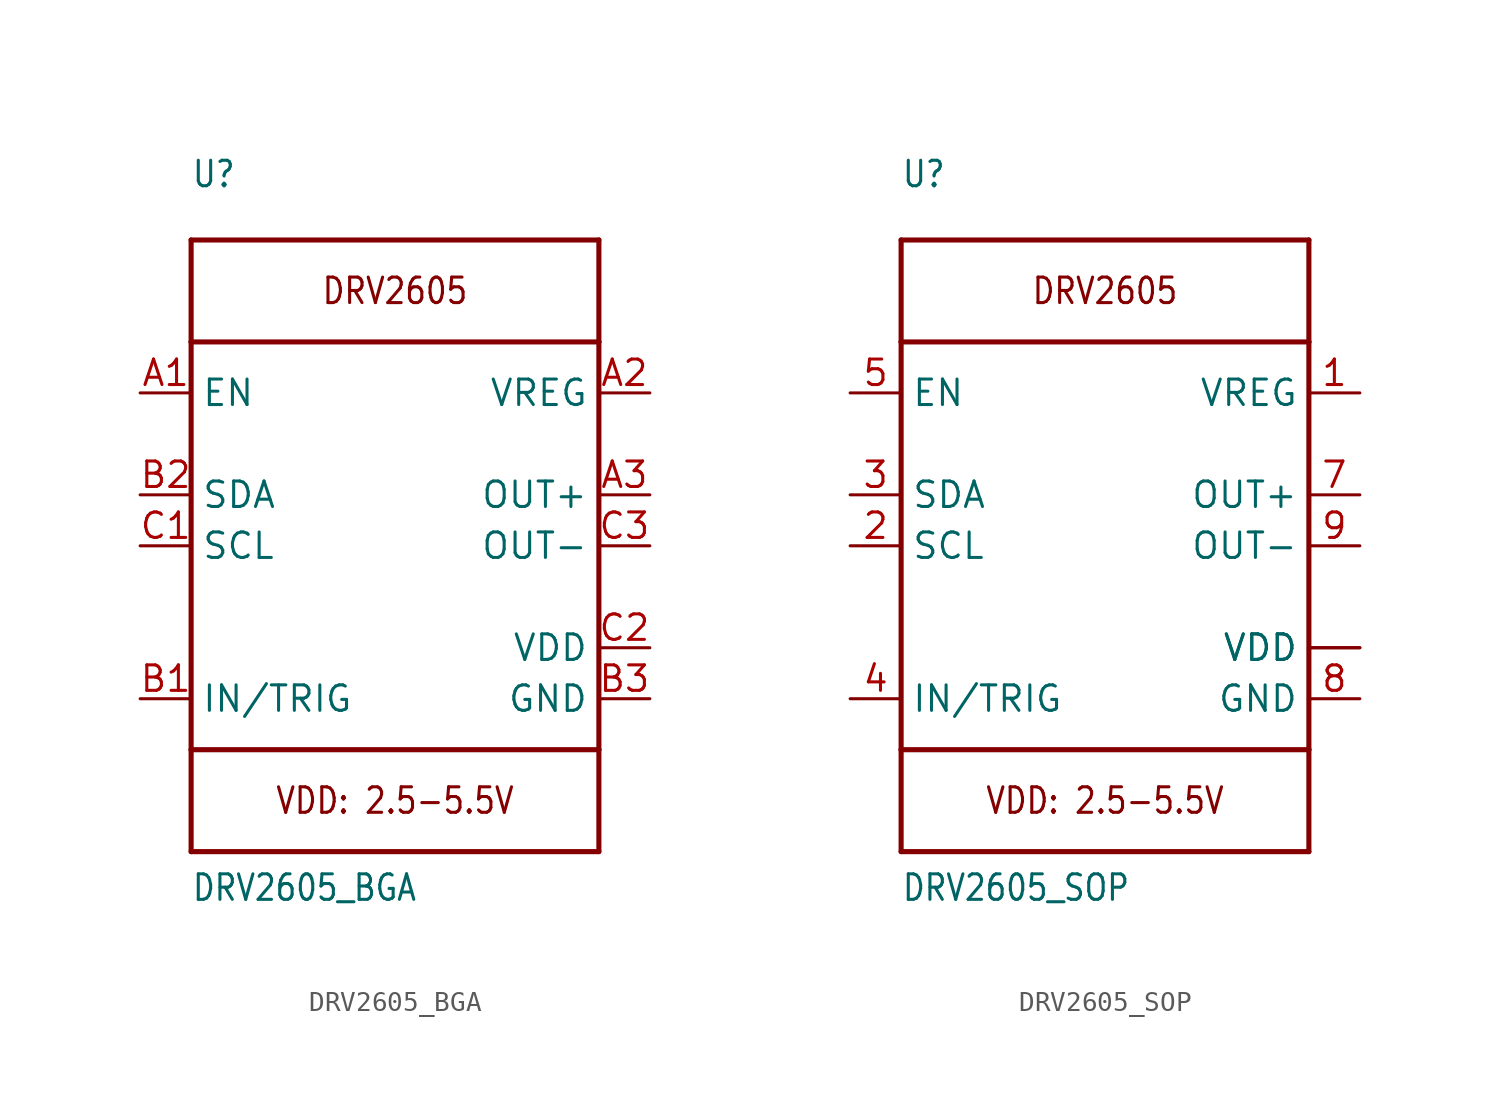
<source format=kicad_sym>
(kicad_symbol_lib
  (version 20211014)
  (generator kicad_symbol_editor)
  (symbol "DRV2605_BGA"
    (property "Reference" "U"
      (at -10.16 17.78 0)
      (effects (font (size 1.27 1.079)) (justify left bottom)))
    (property "Value" "DRV2605_BGA"
      (at -10.16 -17.78 0)
      (effects (font (size 1.27 1.079)) (justify left bottom)))
    (property "ki_locked" ""
      (at 0 0 0)
      (effects (font (size 1.27 1.27))))
    (symbol "DRV2605_BGA_1_0"
      (polyline (pts (xy -10.16 -15.24) (xy 10.16 -15.24)) (stroke (width 0.254) (type default) (color 0 0 0 0)) (fill (type none)))
      (polyline (pts (xy -10.16 -10.16) (xy -10.16 -15.24)) (stroke (width 0.254) (type default) (color 0 0 0 0)) (fill (type none)))
      (polyline (pts (xy -10.16 -10.16) (xy -10.16 10.16)) (stroke (width 0.254) (type default) (color 0 0 0 0)) (fill (type none)))
      (polyline (pts (xy -10.16 10.16) (xy -10.16 15.24)) (stroke (width 0.254) (type default) (color 0 0 0 0)) (fill (type none)))
      (polyline (pts (xy -10.16 10.16) (xy 10.16 10.16)) (stroke (width 0.254) (type default) (color 0 0 0 0)) (fill (type none)))
      (polyline (pts (xy -10.16 15.24) (xy 10.16 15.24)) (stroke (width 0.254) (type default) (color 0 0 0 0)) (fill (type none)))
      (polyline (pts (xy 10.16 -15.24) (xy 10.16 -10.16)) (stroke (width 0.254) (type default) (color 0 0 0 0)) (fill (type none)))
      (polyline (pts (xy 10.16 -10.16) (xy -10.16 -10.16)) (stroke (width 0.254) (type default) (color 0 0 0 0)) (fill (type none)))
      (polyline (pts (xy 10.16 10.16) (xy 10.16 -10.16)) (stroke (width 0.254) (type default) (color 0 0 0 0)) (fill (type none)))
      (polyline (pts (xy 10.16 15.24) (xy 10.16 10.16)) (stroke (width 0.254) (type default) (color 0 0 0 0)) (fill (type none)))
      (text "DRV2605" (at 0 12.7 0) (effects (font (size 1.27 1.079))))
      (text "VDD: 2.5-5.5V" (at 0 -12.7 0) (effects (font (size 1.27 1.079))))
      (pin input line (at -12.7 7.62 0) (length 2.54) (name "EN" (effects (font (size 1.27 1.27)))) (number "A1" (effects (font (size 1.27 1.27)))))
      (pin output line (at 12.7 7.62 180) (length 2.54) (name "VREG" (effects (font (size 1.27 1.27)))) (number "A2" (effects (font (size 1.27 1.27)))))
      (pin output line (at 12.7 2.54 180) (length 2.54) (name "OUT+" (effects (font (size 1.27 1.27)))) (number "A3" (effects (font (size 1.27 1.27)))))
      (pin input line (at -12.7 -7.62 0) (length 2.54) (name "IN/TRIG" (effects (font (size 1.27 1.27)))) (number "B1" (effects (font (size 1.27 1.27)))))
      (pin bidirectional line (at -12.7 2.54 0) (length 2.54) (name "SDA" (effects (font (size 1.27 1.27)))) (number "B2" (effects (font (size 1.27 1.27)))))
      (pin power_in line (at 12.7 -7.62 180) (length 2.54) (name "GND" (effects (font (size 1.27 1.27)))) (number "B3" (effects (font (size 1.27 1.27)))))
      (pin input line (at -12.7 0 0) (length 2.54) (name "SCL" (effects (font (size 1.27 1.27)))) (number "C1" (effects (font (size 1.27 1.27)))))
      (pin power_in line (at 12.7 -5.08 180) (length 2.54) (name "VDD" (effects (font (size 1.27 1.27)))) (number "C2" (effects (font (size 1.27 1.27)))))
      (pin output line (at 12.7 0 180) (length 2.54) (name "OUT-" (effects (font (size 1.27 1.27)))) (number "C3" (effects (font (size 1.27 1.27)))))))
  (symbol "DRV2605_SOP"
    (property "Reference" "U"
      (at -10.16 17.78 0)
      (effects (font (size 1.27 1.079)) (justify left bottom)))
    (property "Value" "DRV2605_SOP"
      (at -10.16 -17.78 0)
      (effects (font (size 1.27 1.079)) (justify left bottom)))
    (property "ki_locked" ""
      (at 0 0 0)
      (effects (font (size 1.27 1.27))))
    (symbol "DRV2605_SOP_1_0"
      (polyline (pts (xy -10.16 -15.24) (xy 10.16 -15.24)) (stroke (width 0.254) (type default) (color 0 0 0 0)) (fill (type none)))
      (polyline (pts (xy -10.16 -10.16) (xy -10.16 -15.24)) (stroke (width 0.254) (type default) (color 0 0 0 0)) (fill (type none)))
      (polyline (pts (xy -10.16 -10.16) (xy -10.16 10.16)) (stroke (width 0.254) (type default) (color 0 0 0 0)) (fill (type none)))
      (polyline (pts (xy -10.16 10.16) (xy -10.16 15.24)) (stroke (width 0.254) (type default) (color 0 0 0 0)) (fill (type none)))
      (polyline (pts (xy -10.16 10.16) (xy 10.16 10.16)) (stroke (width 0.254) (type default) (color 0 0 0 0)) (fill (type none)))
      (polyline (pts (xy -10.16 15.24) (xy 10.16 15.24)) (stroke (width 0.254) (type default) (color 0 0 0 0)) (fill (type none)))
      (polyline (pts (xy 10.16 -15.24) (xy 10.16 -10.16)) (stroke (width 0.254) (type default) (color 0 0 0 0)) (fill (type none)))
      (polyline (pts (xy 10.16 -10.16) (xy -10.16 -10.16)) (stroke (width 0.254) (type default) (color 0 0 0 0)) (fill (type none)))
      (polyline (pts (xy 10.16 10.16) (xy 10.16 -10.16)) (stroke (width 0.254) (type default) (color 0 0 0 0)) (fill (type none)))
      (polyline (pts (xy 10.16 15.24) (xy 10.16 10.16)) (stroke (width 0.254) (type default) (color 0 0 0 0)) (fill (type none)))
      (text "DRV2605" (at 0 12.7 0) (effects (font (size 1.27 1.079))))
      (text "VDD: 2.5-5.5V" (at 0 -12.7 0) (effects (font (size 1.27 1.079))))
      (pin output line (at 12.7 7.62 180) (length 2.54) (name "VREG" (effects (font (size 1.27 1.27)))) (number "1" (effects (font (size 1.27 1.27)))))
      (pin power_in line (at 12.7 -5.08 180) (length 2.54) (name "VDD" (effects (font (size 1.27 1.27)))) (number "10" (effects (font (size 0 0)))))
      (pin input line (at -12.7 0 0) (length 2.54) (name "SCL" (effects (font (size 1.27 1.27)))) (number "2" (effects (font (size 1.27 1.27)))))
      (pin bidirectional line (at -12.7 2.54 0) (length 2.54) (name "SDA" (effects (font (size 1.27 1.27)))) (number "3" (effects (font (size 1.27 1.27)))))
      (pin input line (at -12.7 -7.62 0) (length 2.54) (name "IN/TRIG" (effects (font (size 1.27 1.27)))) (number "4" (effects (font (size 1.27 1.27)))))
      (pin input line (at -12.7 7.62 0) (length 2.54) (name "EN" (effects (font (size 1.27 1.27)))) (number "5" (effects (font (size 1.27 1.27)))))
      (pin power_in line (at 12.7 -5.08 180) (length 2.54) (name "VDD" (effects (font (size 1.27 1.27)))) (number "6" (effects (font (size 0 0)))))
      (pin output line (at 12.7 2.54 180) (length 2.54) (name "OUT+" (effects (font (size 1.27 1.27)))) (number "7" (effects (font (size 1.27 1.27)))))
      (pin power_in line (at 12.7 -7.62 180) (length 2.54) (name "GND" (effects (font (size 1.27 1.27)))) (number "8" (effects (font (size 1.27 1.27)))))
      (pin output line (at 12.7 0 180) (length 2.54) (name "OUT-" (effects (font (size 1.27 1.27)))) (number "9" (effects (font (size 1.27 1.27))))))))
</source>
